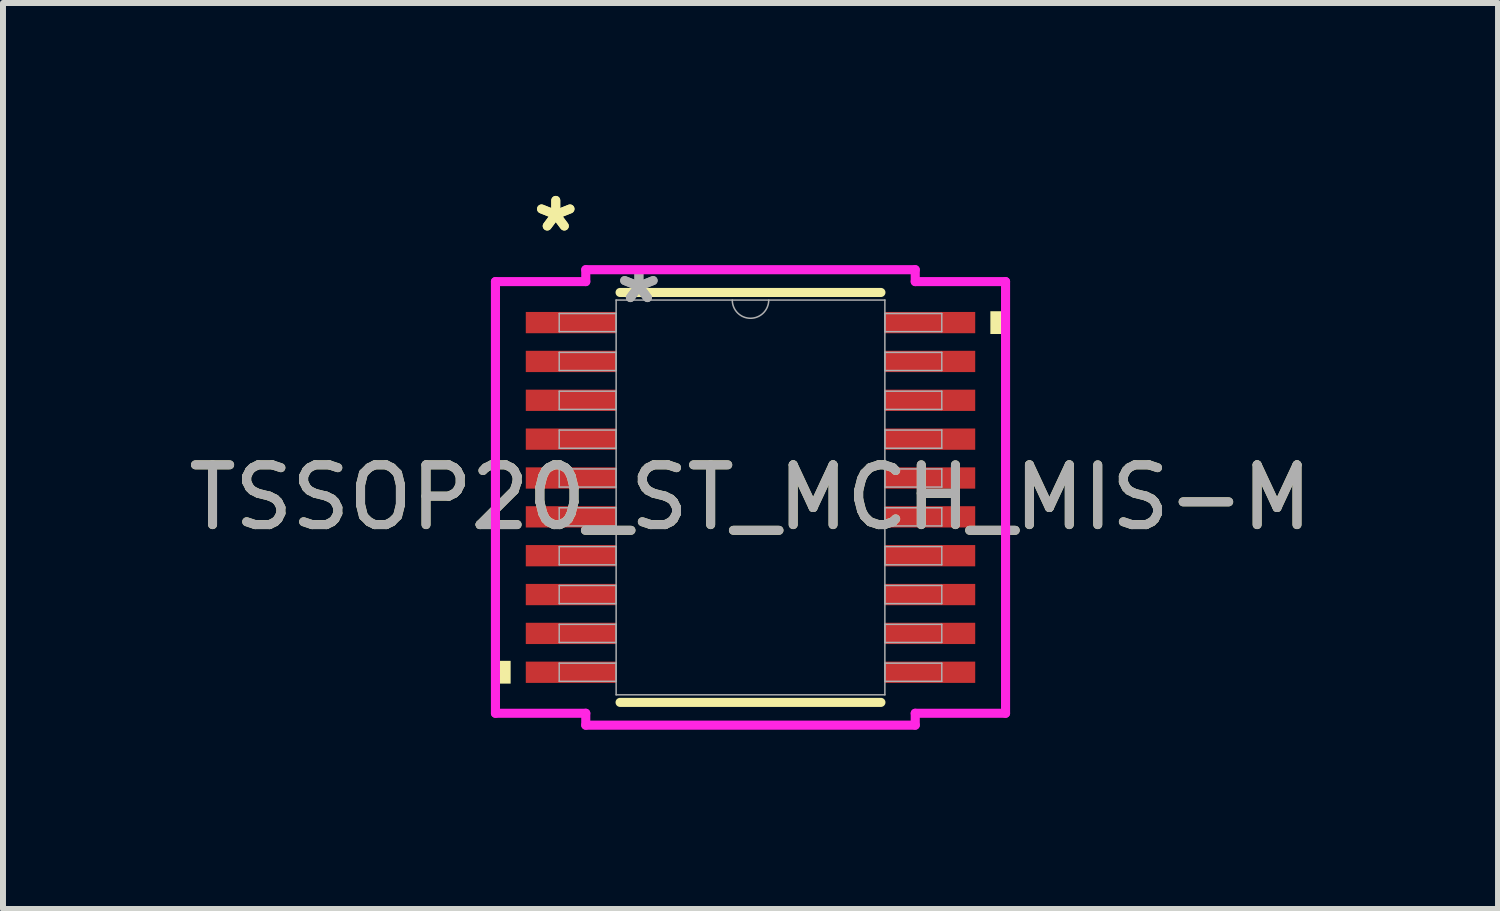
<source format=kicad_pcb>
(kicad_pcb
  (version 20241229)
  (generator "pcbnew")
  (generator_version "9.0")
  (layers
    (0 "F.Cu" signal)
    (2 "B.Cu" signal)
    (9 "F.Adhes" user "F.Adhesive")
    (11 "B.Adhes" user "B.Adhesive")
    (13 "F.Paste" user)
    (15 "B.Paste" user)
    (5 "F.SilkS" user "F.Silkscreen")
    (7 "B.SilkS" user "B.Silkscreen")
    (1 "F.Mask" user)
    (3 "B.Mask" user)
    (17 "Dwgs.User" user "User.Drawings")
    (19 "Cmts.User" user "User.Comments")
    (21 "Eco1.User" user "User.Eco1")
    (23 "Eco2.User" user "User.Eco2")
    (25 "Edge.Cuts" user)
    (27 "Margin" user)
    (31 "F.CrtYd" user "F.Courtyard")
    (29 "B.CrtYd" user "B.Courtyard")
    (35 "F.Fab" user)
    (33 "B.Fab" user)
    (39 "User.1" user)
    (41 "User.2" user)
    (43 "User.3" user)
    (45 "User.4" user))
  (footprint "TSSOP20_ST_MCH_MIS-M"
    (layer "F.Cu")
    (at 9.506 5.272)
    (property "Reference" "TSSOP20_ST_MCH_MIS-M" (at 0 0 0) (unlocked yes) (layer "F.SilkS") (effects (font (size 1 1) (thickness 0.15))))
    (attr smd)
    (fp_line (start -2.182 3.429) (end 2.182 3.429) (stroke (width 0.152) (type solid)) (layer "F.SilkS"))
    (fp_line (start 2.182 -3.429) (end -2.182 -3.429) (stroke (width 0.152) (type solid)) (layer "F.SilkS"))
    (fp_poly (pts (xy -4.267 2.734) (xy -4.267 3.115) (xy -4.013 3.115) (xy -4.013 2.734)) (stroke (width 0) (type solid)) (fill yes) (layer "F.SilkS"))
    (fp_poly (pts (xy 4.267 -3.115) (xy 4.267 -2.734) (xy 4.013 -2.734) (xy 4.013 -3.115)) (stroke (width 0) (type solid)) (fill yes) (layer "F.SilkS"))
    (fp_line (start -4.267 -3.611) (end -2.756 -3.611) (stroke (width 0.152) (type solid)) (layer "F.CrtYd"))
    (fp_line (start -4.267 3.611) (end -4.267 -3.611) (stroke (width 0.152) (type solid)) (layer "F.CrtYd"))
    (fp_line (start -4.267 3.611) (end -2.756 3.611) (stroke (width 0.152) (type solid)) (layer "F.CrtYd"))
    (fp_line (start -2.756 -3.81) (end 2.756 -3.81) (stroke (width 0.152) (type solid)) (layer "F.CrtYd"))
    (fp_line (start -2.756 -3.611) (end -2.756 -3.81) (stroke (width 0.152) (type solid)) (layer "F.CrtYd"))
    (fp_line (start -2.756 3.81) (end -2.756 3.611) (stroke (width 0.152) (type solid)) (layer "F.CrtYd"))
    (fp_line (start 2.756 -3.81) (end 2.756 -3.611) (stroke (width 0.152) (type solid)) (layer "F.CrtYd"))
    (fp_line (start 2.756 3.611) (end 2.756 3.81) (stroke (width 0.152) (type solid)) (layer "F.CrtYd"))
    (fp_line (start 2.756 3.81) (end -2.756 3.81) (stroke (width 0.152) (type solid)) (layer "F.CrtYd"))
    (fp_line (start 4.267 -3.611) (end 2.756 -3.611) (stroke (width 0.152) (type solid)) (layer "F.CrtYd"))
    (fp_line (start 4.267 -3.611) (end 4.267 3.611) (stroke (width 0.152) (type solid)) (layer "F.CrtYd"))
    (fp_line (start 4.267 3.611) (end 2.756 3.611) (stroke (width 0.152) (type solid)) (layer "F.CrtYd"))
    (fp_line (start -3.2 -3.077) (end -3.2 -2.773) (stroke (width 0.025) (type solid)) (layer "F.Fab"))
    (fp_line (start -3.2 -2.773) (end -2.248 -2.773) (stroke (width 0.025) (type solid)) (layer "F.Fab"))
    (fp_line (start -3.2 -2.427) (end -3.2 -2.123) (stroke (width 0.025) (type solid)) (layer "F.Fab"))
    (fp_line (start -3.2 -2.123) (end -2.248 -2.123) (stroke (width 0.025) (type solid)) (layer "F.Fab"))
    (fp_line (start -3.2 -1.777) (end -3.2 -1.473) (stroke (width 0.025) (type solid)) (layer "F.Fab"))
    (fp_line (start -3.2 -1.473) (end -2.248 -1.473) (stroke (width 0.025) (type solid)) (layer "F.Fab"))
    (fp_line (start -3.2 -1.127) (end -3.2 -0.823) (stroke (width 0.025) (type solid)) (layer "F.Fab"))
    (fp_line (start -3.2 -0.823) (end -2.248 -0.823) (stroke (width 0.025) (type solid)) (layer "F.Fab"))
    (fp_line (start -3.2 -0.477) (end -3.2 -0.173) (stroke (width 0.025) (type solid)) (layer "F.Fab"))
    (fp_line (start -3.2 -0.173) (end -2.248 -0.173) (stroke (width 0.025) (type solid)) (layer "F.Fab"))
    (fp_line (start -3.2 0.173) (end -3.2 0.477) (stroke (width 0.025) (type solid)) (layer "F.Fab"))
    (fp_line (start -3.2 0.477) (end -2.248 0.477) (stroke (width 0.025) (type solid)) (layer "F.Fab"))
    (fp_line (start -3.2 0.823) (end -3.2 1.127) (stroke (width 0.025) (type solid)) (layer "F.Fab"))
    (fp_line (start -3.2 1.127) (end -2.248 1.127) (stroke (width 0.025) (type solid)) (layer "F.Fab"))
    (fp_line (start -3.2 1.473) (end -3.2 1.777) (stroke (width 0.025) (type solid)) (layer "F.Fab"))
    (fp_line (start -3.2 1.777) (end -2.248 1.777) (stroke (width 0.025) (type solid)) (layer "F.Fab"))
    (fp_line (start -3.2 2.123) (end -3.2 2.427) (stroke (width 0.025) (type solid)) (layer "F.Fab"))
    (fp_line (start -3.2 2.427) (end -2.248 2.427) (stroke (width 0.025) (type solid)) (layer "F.Fab"))
    (fp_line (start -3.2 2.773) (end -3.2 3.077) (stroke (width 0.025) (type solid)) (layer "F.Fab"))
    (fp_line (start -3.2 3.077) (end -2.248 3.077) (stroke (width 0.025) (type solid)) (layer "F.Fab"))
    (fp_line (start -2.248 -3.302) (end -2.248 3.302) (stroke (width 0.025) (type solid)) (layer "F.Fab"))
    (fp_line (start -2.248 -3.077) (end -3.2 -3.077) (stroke (width 0.025) (type solid)) (layer "F.Fab"))
    (fp_line (start -2.248 -2.773) (end -2.248 -3.077) (stroke (width 0.025) (type solid)) (layer "F.Fab"))
    (fp_line (start -2.248 -2.427) (end -3.2 -2.427) (stroke (width 0.025) (type solid)) (layer "F.Fab"))
    (fp_line (start -2.248 -2.123) (end -2.248 -2.427) (stroke (width 0.025) (type solid)) (layer "F.Fab"))
    (fp_line (start -2.248 -1.777) (end -3.2 -1.777) (stroke (width 0.025) (type solid)) (layer "F.Fab"))
    (fp_line (start -2.248 -1.473) (end -2.248 -1.777) (stroke (width 0.025) (type solid)) (layer "F.Fab"))
    (fp_line (start -2.248 -1.127) (end -3.2 -1.127) (stroke (width 0.025) (type solid)) (layer "F.Fab"))
    (fp_line (start -2.248 -0.823) (end -2.248 -1.127) (stroke (width 0.025) (type solid)) (layer "F.Fab"))
    (fp_line (start -2.248 -0.477) (end -3.2 -0.477) (stroke (width 0.025) (type solid)) (layer "F.Fab"))
    (fp_line (start -2.248 -0.173) (end -2.248 -0.477) (stroke (width 0.025) (type solid)) (layer "F.Fab"))
    (fp_line (start -2.248 0.173) (end -3.2 0.173) (stroke (width 0.025) (type solid)) (layer "F.Fab"))
    (fp_line (start -2.248 0.477) (end -2.248 0.173) (stroke (width 0.025) (type solid)) (layer "F.Fab"))
    (fp_line (start -2.248 0.823) (end -3.2 0.823) (stroke (width 0.025) (type solid)) (layer "F.Fab"))
    (fp_line (start -2.248 1.127) (end -2.248 0.823) (stroke (width 0.025) (type solid)) (layer "F.Fab"))
    (fp_line (start -2.248 1.473) (end -3.2 1.473) (stroke (width 0.025) (type solid)) (layer "F.Fab"))
    (fp_line (start -2.248 1.777) (end -2.248 1.473) (stroke (width 0.025) (type solid)) (layer "F.Fab"))
    (fp_line (start -2.248 2.123) (end -3.2 2.123) (stroke (width 0.025) (type solid)) (layer "F.Fab"))
    (fp_line (start -2.248 2.427) (end -2.248 2.123) (stroke (width 0.025) (type solid)) (layer "F.Fab"))
    (fp_line (start -2.248 2.773) (end -3.2 2.773) (stroke (width 0.025) (type solid)) (layer "F.Fab"))
    (fp_line (start -2.248 3.077) (end -2.248 2.773) (stroke (width 0.025) (type solid)) (layer "F.Fab"))
    (fp_line (start -2.248 3.302) (end 2.248 3.302) (stroke (width 0.025) (type solid)) (layer "F.Fab"))
    (fp_line (start 2.248 -3.302) (end -2.248 -3.302) (stroke (width 0.025) (type solid)) (layer "F.Fab"))
    (fp_line (start 2.248 -3.077) (end 2.248 -2.773) (stroke (width 0.025) (type solid)) (layer "F.Fab"))
    (fp_line (start 2.248 -2.773) (end 3.2 -2.773) (stroke (width 0.025) (type solid)) (layer "F.Fab"))
    (fp_line (start 2.248 -2.427) (end 2.248 -2.123) (stroke (width 0.025) (type solid)) (layer "F.Fab"))
    (fp_line (start 2.248 -2.123) (end 3.2 -2.123) (stroke (width 0.025) (type solid)) (layer "F.Fab"))
    (fp_line (start 2.248 -1.777) (end 2.248 -1.473) (stroke (width 0.025) (type solid)) (layer "F.Fab"))
    (fp_line (start 2.248 -1.473) (end 3.2 -1.473) (stroke (width 0.025) (type solid)) (layer "F.Fab"))
    (fp_line (start 2.248 -1.127) (end 2.248 -0.823) (stroke (width 0.025) (type solid)) (layer "F.Fab"))
    (fp_line (start 2.248 -0.823) (end 3.2 -0.823) (stroke (width 0.025) (type solid)) (layer "F.Fab"))
    (fp_line (start 2.248 -0.477) (end 2.248 -0.173) (stroke (width 0.025) (type solid)) (layer "F.Fab"))
    (fp_line (start 2.248 -0.173) (end 3.2 -0.173) (stroke (width 0.025) (type solid)) (layer "F.Fab"))
    (fp_line (start 2.248 0.173) (end 2.248 0.477) (stroke (width 0.025) (type solid)) (layer "F.Fab"))
    (fp_line (start 2.248 0.477) (end 3.2 0.477) (stroke (width 0.025) (type solid)) (layer "F.Fab"))
    (fp_line (start 2.248 0.823) (end 2.248 1.127) (stroke (width 0.025) (type solid)) (layer "F.Fab"))
    (fp_line (start 2.248 1.127) (end 3.2 1.127) (stroke (width 0.025) (type solid)) (layer "F.Fab"))
    (fp_line (start 2.248 1.473) (end 2.248 1.777) (stroke (width 0.025) (type solid)) (layer "F.Fab"))
    (fp_line (start 2.248 1.777) (end 3.2 1.777) (stroke (width 0.025) (type solid)) (layer "F.Fab"))
    (fp_line (start 2.248 2.123) (end 2.248 2.427) (stroke (width 0.025) (type solid)) (layer "F.Fab"))
    (fp_line (start 2.248 2.427) (end 3.2 2.427) (stroke (width 0.025) (type solid)) (layer "F.Fab"))
    (fp_line (start 2.248 2.773) (end 2.248 3.077) (stroke (width 0.025) (type solid)) (layer "F.Fab"))
    (fp_line (start 2.248 3.077) (end 3.2 3.077) (stroke (width 0.025) (type solid)) (layer "F.Fab"))
    (fp_line (start 2.248 3.302) (end 2.248 -3.302) (stroke (width 0.025) (type solid)) (layer "F.Fab"))
    (fp_line (start 3.2 -3.077) (end 2.248 -3.077) (stroke (width 0.025) (type solid)) (layer "F.Fab"))
    (fp_line (start 3.2 -2.773) (end 3.2 -3.077) (stroke (width 0.025) (type solid)) (layer "F.Fab"))
    (fp_line (start 3.2 -2.427) (end 2.248 -2.427) (stroke (width 0.025) (type solid)) (layer "F.Fab"))
    (fp_line (start 3.2 -2.123) (end 3.2 -2.427) (stroke (width 0.025) (type solid)) (layer "F.Fab"))
    (fp_line (start 3.2 -1.777) (end 2.248 -1.777) (stroke (width 0.025) (type solid)) (layer "F.Fab"))
    (fp_line (start 3.2 -1.473) (end 3.2 -1.777) (stroke (width 0.025) (type solid)) (layer "F.Fab"))
    (fp_line (start 3.2 -1.127) (end 2.248 -1.127) (stroke (width 0.025) (type solid)) (layer "F.Fab"))
    (fp_line (start 3.2 -0.823) (end 3.2 -1.127) (stroke (width 0.025) (type solid)) (layer "F.Fab"))
    (fp_line (start 3.2 -0.477) (end 2.248 -0.477) (stroke (width 0.025) (type solid)) (layer "F.Fab"))
    (fp_line (start 3.2 -0.173) (end 3.2 -0.477) (stroke (width 0.025) (type solid)) (layer "F.Fab"))
    (fp_line (start 3.2 0.173) (end 2.248 0.173) (stroke (width 0.025) (type solid)) (layer "F.Fab"))
    (fp_line (start 3.2 0.477) (end 3.2 0.173) (stroke (width 0.025) (type solid)) (layer "F.Fab"))
    (fp_line (start 3.2 0.823) (end 2.248 0.823) (stroke (width 0.025) (type solid)) (layer "F.Fab"))
    (fp_line (start 3.2 1.127) (end 3.2 0.823) (stroke (width 0.025) (type solid)) (layer "F.Fab"))
    (fp_line (start 3.2 1.473) (end 2.248 1.473) (stroke (width 0.025) (type solid)) (layer "F.Fab"))
    (fp_line (start 3.2 1.777) (end 3.2 1.473) (stroke (width 0.025) (type solid)) (layer "F.Fab"))
    (fp_line (start 3.2 2.123) (end 2.248 2.123) (stroke (width 0.025) (type solid)) (layer "F.Fab"))
    (fp_line (start 3.2 2.427) (end 3.2 2.123) (stroke (width 0.025) (type solid)) (layer "F.Fab"))
    (fp_line (start 3.2 2.773) (end 2.248 2.773) (stroke (width 0.025) (type solid)) (layer "F.Fab"))
    (fp_line (start 3.2 3.077) (end 3.2 2.773) (stroke (width 0.025) (type solid)) (layer "F.Fab"))
    (fp_arc (start 0.3048 -3.302) (mid 0 -2.9972) (end -0.3048 -3.302) (stroke (width 0.0254) (type solid)) (layer "F.Fab"))
    (fp_text user "*" (at -3.258 -4.424 0) (unlocked yes) (layer "F.SilkS") (effects (font (size 1 1) (thickness 0.15))))
    (fp_text user "*" (at -3.258 -4.424 0) (layer "F.SilkS") (effects (font (size 1 1) (thickness 0.15))))
    (fp_text user "*" (at -1.867 -3.226 0) (layer "F.Fab") (effects (font (size 1 1) (thickness 0.15))))
    (fp_text user "*" (at -1.867 -3.226 0) (unlocked yes) (layer "F.Fab") (effects (font (size 1 1) (thickness 0.15))))
    (fp_text user "${REFERENCE}" (at 0 0 0) (unlocked yes) (layer "F.Fab") (effects (font (size 1 1) (thickness 0.15))))
    (pad "1" smd rect (at -3.004 -2.925) (size 1.511 0.356) (layers "F.Cu" "F.Mask" "F.Paste"))
    (pad "2" smd rect (at -3.004 -2.275) (size 1.511 0.356) (layers "F.Cu" "F.Mask" "F.Paste"))
    (pad "3" smd rect (at -3.004 -1.625) (size 1.511 0.356) (layers "F.Cu" "F.Mask" "F.Paste"))
    (pad "4" smd rect (at -3.004 -0.975) (size 1.511 0.356) (layers "F.Cu" "F.Mask" "F.Paste"))
    (pad "5" smd rect (at -3.004 -0.325) (size 1.511 0.356) (layers "F.Cu" "F.Mask" "F.Paste"))
    (pad "6" smd rect (at -3.004 0.325) (size 1.511 0.356) (layers "F.Cu" "F.Mask" "F.Paste"))
    (pad "7" smd rect (at -3.004 0.975) (size 1.511 0.356) (layers "F.Cu" "F.Mask" "F.Paste"))
    (pad "8" smd rect (at -3.004 1.625) (size 1.511 0.356) (layers "F.Cu" "F.Mask" "F.Paste"))
    (pad "9" smd rect (at -3.004 2.275) (size 1.511 0.356) (layers "F.Cu" "F.Mask" "F.Paste"))
    (pad "10" smd rect (at -3.004 2.925) (size 1.511 0.356) (layers "F.Cu" "F.Mask" "F.Paste"))
    (pad "11" smd rect (at 3.004 2.925) (size 1.511 0.356) (layers "F.Cu" "F.Mask" "F.Paste"))
    (pad "12" smd rect (at 3.004 2.275) (size 1.511 0.356) (layers "F.Cu" "F.Mask" "F.Paste"))
    (pad "13" smd rect (at 3.004 1.625) (size 1.511 0.356) (layers "F.Cu" "F.Mask" "F.Paste"))
    (pad "14" smd rect (at 3.004 0.975) (size 1.511 0.356) (layers "F.Cu" "F.Mask" "F.Paste"))
    (pad "15" smd rect (at 3.004 0.325) (size 1.511 0.356) (layers "F.Cu" "F.Mask" "F.Paste"))
    (pad "16" smd rect (at 3.004 -0.325) (size 1.511 0.356) (layers "F.Cu" "F.Mask" "F.Paste"))
    (pad "17" smd rect (at 3.004 -0.975) (size 1.511 0.356) (layers "F.Cu" "F.Mask" "F.Paste"))
    (pad "18" smd rect (at 3.004 -1.625) (size 1.511 0.356) (layers "F.Cu" "F.Mask" "F.Paste"))
    (pad "19" smd rect (at 3.004 -2.275) (size 1.511 0.356) (layers "F.Cu" "F.Mask" "F.Paste"))
    (pad "20" smd rect (at 3.004 -2.925) (size 1.511 0.356) (layers "F.Cu" "F.Mask" "F.Paste")))
  (gr_rect
    (start -3 -3)
    (end 22.012 12.158)
    (stroke (width 0.1) (type default))
    (fill no)
    (layer "Edge.Cuts")))
</source>
